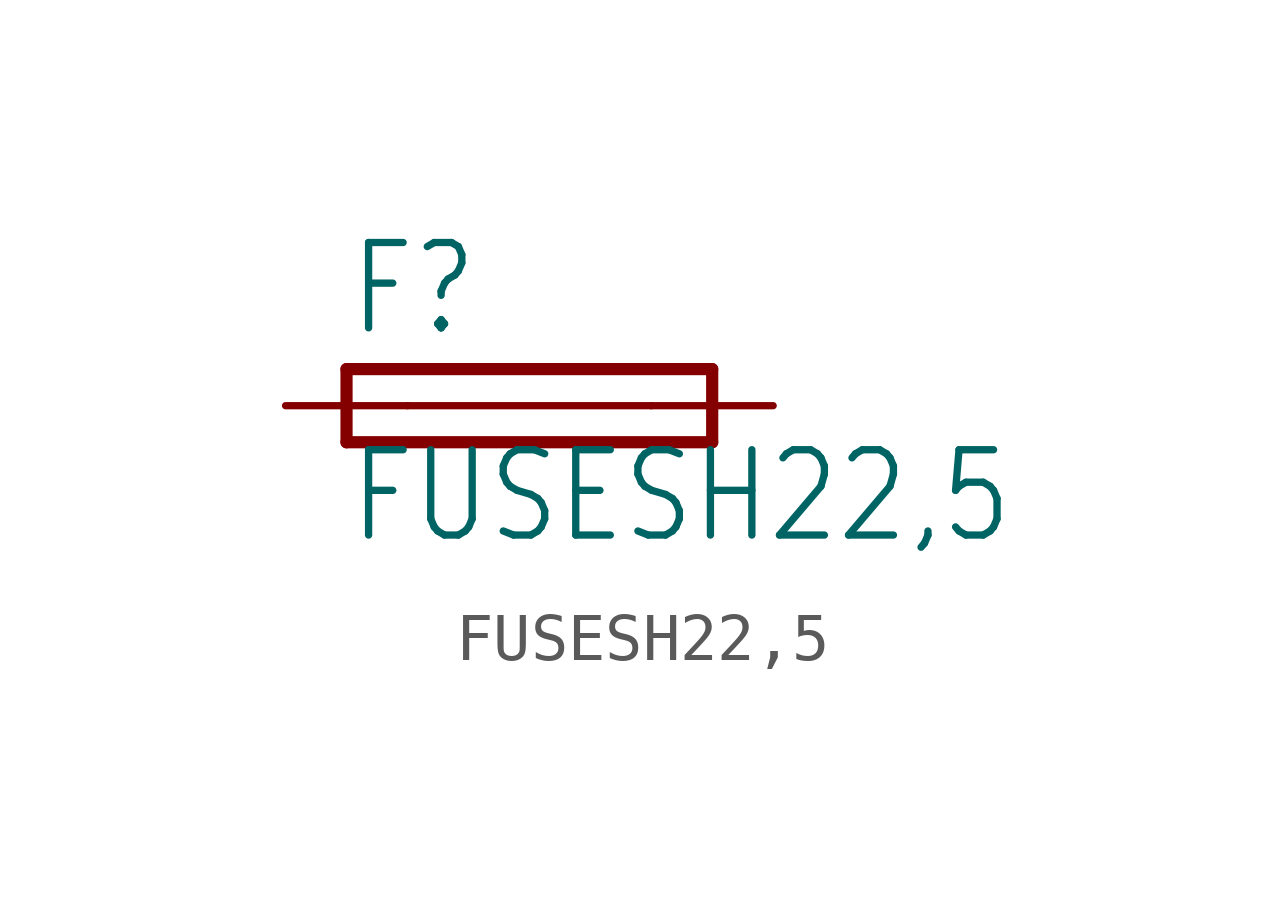
<source format=kicad_sym>
(kicad_symbol_lib
  (version 20200126)
  (host kicad_symbol_editor "5.99.0-unknown-aa7ce74~88~ubuntu18.04.1")
  (symbol "FUSESH22,5"
    (property "Reference" "F"
      (at -3.81 1.397 0)
      (effects (font (size 1.778 1.511)) (justify left bottom)))
    (property "Value" "FUSESH22,5"
      (at -3.81 -2.921 0)
      (effects (font (size 1.778 1.511)) (justify left bottom)))
    (property "ki_locked" ""
      (at 0 0 0)
      (effects (font (size 1.27 1.27))))
    (symbol "FUSESH22,5_1_0"
      (polyline (pts (xy -3.81 -0.762) (xy 3.81 -0.762)) (stroke (width 0.254)) (fill (type none)))
      (polyline (pts (xy 3.81 0.762) (xy -3.81 0.762)) (stroke (width 0.254)) (fill (type none)))
      (polyline (pts (xy 3.81 -0.762) (xy 3.81 0.762)) (stroke (width 0.254)) (fill (type none)))
      (polyline (pts (xy -3.81 0.762) (xy -3.81 -0.762)) (stroke (width 0.254)) (fill (type none)))
      (polyline (pts (xy -2.54 0) (xy 2.54 0)) (stroke (width 0.152)) (fill (type none)))
      (pin passive line (at 5.08 0 180) (length 2.54) (name "2" (effects (font (size 0 0)))) (number "2" (effects (font (size 0 0)))))
      (pin passive line (at -5.08 0 0) (length 2.54) (name "1" (effects (font (size 0 0)))) (number "1" (effects (font (size 0 0))))))))
</source>
